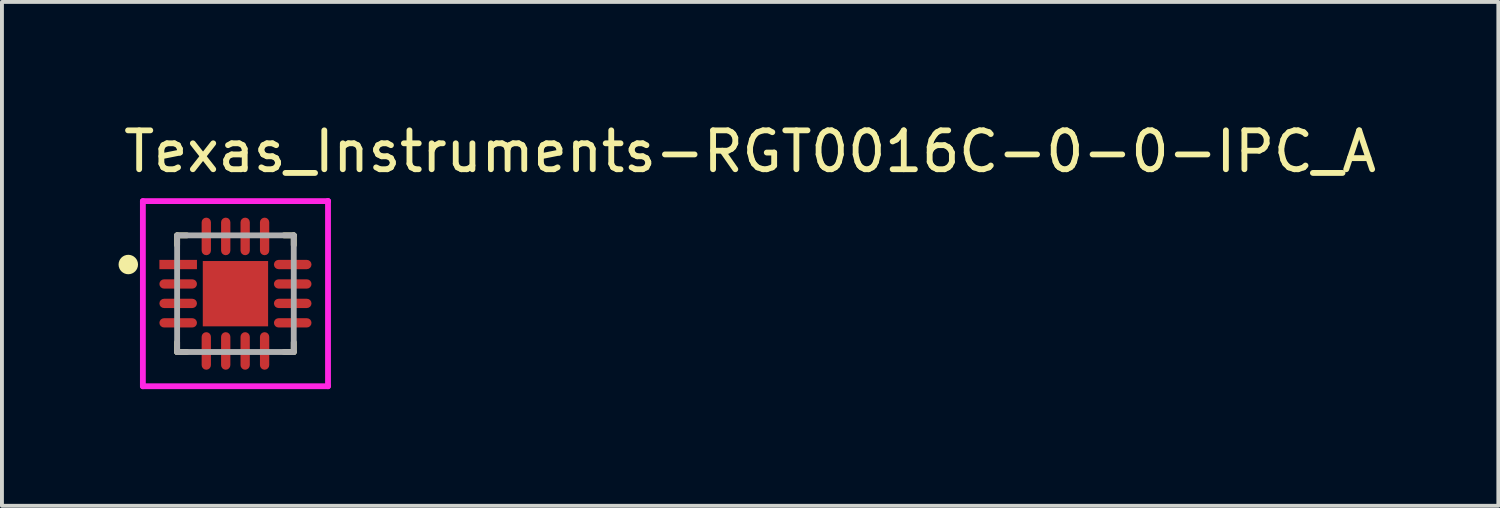
<source format=kicad_pcb>
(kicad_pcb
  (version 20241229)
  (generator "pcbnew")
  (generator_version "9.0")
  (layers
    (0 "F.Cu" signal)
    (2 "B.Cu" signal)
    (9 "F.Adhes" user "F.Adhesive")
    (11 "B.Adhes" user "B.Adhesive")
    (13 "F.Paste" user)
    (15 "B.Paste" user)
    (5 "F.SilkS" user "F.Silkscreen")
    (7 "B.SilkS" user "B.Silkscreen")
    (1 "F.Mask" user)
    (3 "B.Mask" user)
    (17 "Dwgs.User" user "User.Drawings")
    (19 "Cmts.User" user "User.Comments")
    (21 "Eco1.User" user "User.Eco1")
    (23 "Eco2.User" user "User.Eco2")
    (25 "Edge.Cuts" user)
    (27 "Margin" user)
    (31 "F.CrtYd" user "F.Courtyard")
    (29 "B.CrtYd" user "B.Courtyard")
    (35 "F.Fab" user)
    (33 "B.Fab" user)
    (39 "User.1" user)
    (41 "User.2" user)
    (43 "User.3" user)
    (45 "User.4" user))
  (footprint "Texas_Instruments-RGT0016C-0-0-IPC_A"
    (layer "F.Cu")
    (at 3.006 4.504)
    (property "Reference" "Texas_Instruments-RGT0016C-0-0-IPC_A" (at -2.956 -3.656 0) (layer "F.SilkS") (effects (font (size 1 1) (thickness 0.15)) (justify left)))
    (attr through_hole)
    (fp_line (start -1.5 -1.5) (end -1.5 -1.25) (stroke (width 0.15) (type solid)) (layer "F.SilkS"))
    (fp_line (start -1.5 1.5) (end -1.5 1.25) (stroke (width 0.15) (type solid)) (layer "F.SilkS"))
    (fp_line (start -1.25 -1.5) (end -1.5 -1.5) (stroke (width 0.15) (type solid)) (layer "F.SilkS"))
    (fp_line (start -1.25 1.5) (end -1.5 1.5) (stroke (width 0.15) (type solid)) (layer "F.SilkS"))
    (fp_line (start 1.25 -1.5) (end 1.5 -1.5) (stroke (width 0.15) (type solid)) (layer "F.SilkS"))
    (fp_line (start 1.25 1.5) (end 1.5 1.5) (stroke (width 0.15) (type solid)) (layer "F.SilkS"))
    (fp_line (start 1.5 -1.5) (end 1.5 -1.25) (stroke (width 0.15) (type solid)) (layer "F.SilkS"))
    (fp_line (start 1.5 1.5) (end 1.5 1.25) (stroke (width 0.15) (type solid)) (layer "F.SilkS"))
    (fp_circle (center -2.756 -0.75) (end -2.631 -0.75) (stroke (width 0.25) (type solid)) (fill no) (layer "F.SilkS"))
    (fp_poly (pts (xy -0.531 -0.531) (xy 0.531 -0.531) (xy 0.531 0.531) (xy -0.531 0.531)) (stroke (width 0) (type solid)) (fill yes) (layer "F.Paste"))
    (fp_line (start -2.381 -2.381) (end -2.381 2.381) (stroke (width 0.15) (type solid)) (layer "F.CrtYd"))
    (fp_line (start -2.381 2.381) (end 2.381 2.381) (stroke (width 0.15) (type solid)) (layer "F.CrtYd"))
    (fp_line (start 2.381 -2.381) (end -2.381 -2.381) (stroke (width 0.15) (type solid)) (layer "F.CrtYd"))
    (fp_line (start 2.381 -2.381) (end 2.381 -2.381) (stroke (width 0.15) (type solid)) (layer "F.CrtYd"))
    (fp_line (start 2.381 2.381) (end 2.381 -2.381) (stroke (width 0.15) (type solid)) (layer "F.CrtYd"))
    (fp_line (start -1.5 -1.5) (end 1.5 -1.5) (stroke (width 0.15) (type solid)) (layer "F.Fab"))
    (fp_line (start -1.5 1.5) (end -1.5 -1.5) (stroke (width 0.15) (type solid)) (layer "F.Fab"))
    (fp_line (start 1.5 -1.5) (end 1.5 1.5) (stroke (width 0.15) (type solid)) (layer "F.Fab"))
    (fp_line (start 1.5 1.5) (end -1.5 1.5) (stroke (width 0.15) (type solid)) (layer "F.Fab"))
    (pad "1" smd rect (at -1.473 -0.75) (size 0.966 0.239) (layers "F.Cu" "F.Mask" "F.Paste"))
    (pad "2" smd roundrect (at -1.473 -0.25) (size 0.966 0.239) (layers "F.Cu" "F.Mask" "F.Paste") (roundrect_rratio 0.5))
    (pad "3" smd roundrect (at -1.473 0.25) (size 0.966 0.239) (layers "F.Cu" "F.Mask" "F.Paste") (roundrect_rratio 0.5))
    (pad "4" smd roundrect (at -1.473 0.75) (size 0.966 0.239) (layers "F.Cu" "F.Mask" "F.Paste") (roundrect_rratio 0.5))
    (pad "5" smd roundrect (at -0.75 1.473) (size 0.239 0.966) (layers "F.Cu" "F.Mask" "F.Paste") (roundrect_rratio 0.5))
    (pad "6" smd roundrect (at -0.25 1.473) (size 0.239 0.966) (layers "F.Cu" "F.Mask" "F.Paste") (roundrect_rratio 0.5))
    (pad "7" smd roundrect (at 0.25 1.473) (size 0.239 0.966) (layers "F.Cu" "F.Mask" "F.Paste") (roundrect_rratio 0.5))
    (pad "8" smd roundrect (at 0.75 1.473) (size 0.239 0.966) (layers "F.Cu" "F.Mask" "F.Paste") (roundrect_rratio 0.5))
    (pad "9" smd roundrect (at 1.473 0.75) (size 0.966 0.239) (layers "F.Cu" "F.Mask" "F.Paste") (roundrect_rratio 0.5))
    (pad "10" smd roundrect (at 1.473 0.25) (size 0.966 0.239) (layers "F.Cu" "F.Mask" "F.Paste") (roundrect_rratio 0.5))
    (pad "11" smd roundrect (at 1.473 -0.25) (size 0.966 0.239) (layers "F.Cu" "F.Mask" "F.Paste") (roundrect_rratio 0.5))
    (pad "12" smd roundrect (at 1.473 -0.75) (size 0.966 0.239) (layers "F.Cu" "F.Mask" "F.Paste") (roundrect_rratio 0.5))
    (pad "13" smd roundrect (at 0.75 -1.473) (size 0.239 0.966) (layers "F.Cu" "F.Mask" "F.Paste") (roundrect_rratio 0.5))
    (pad "14" smd roundrect (at 0.25 -1.473) (size 0.239 0.966) (layers "F.Cu" "F.Mask" "F.Paste") (roundrect_rratio 0.5))
    (pad "15" smd roundrect (at -0.25 -1.473) (size 0.239 0.966) (layers "F.Cu" "F.Mask" "F.Paste") (roundrect_rratio 0.5))
    (pad "16" smd roundrect (at -0.75 -1.473) (size 0.239 0.966) (layers "F.Cu" "F.Mask" "F.Paste") (roundrect_rratio 0.5))
    (pad "17" smd rect (at 0 0) (size 1.68 1.68) (layers "F.Cu" "F.Mask")))
  (gr_rect
    (start -3 -3)
    (end 35.49 9.96)
    (stroke (width 0.1) (type default))
    (fill no)
    (layer "Edge.Cuts")))
</source>
